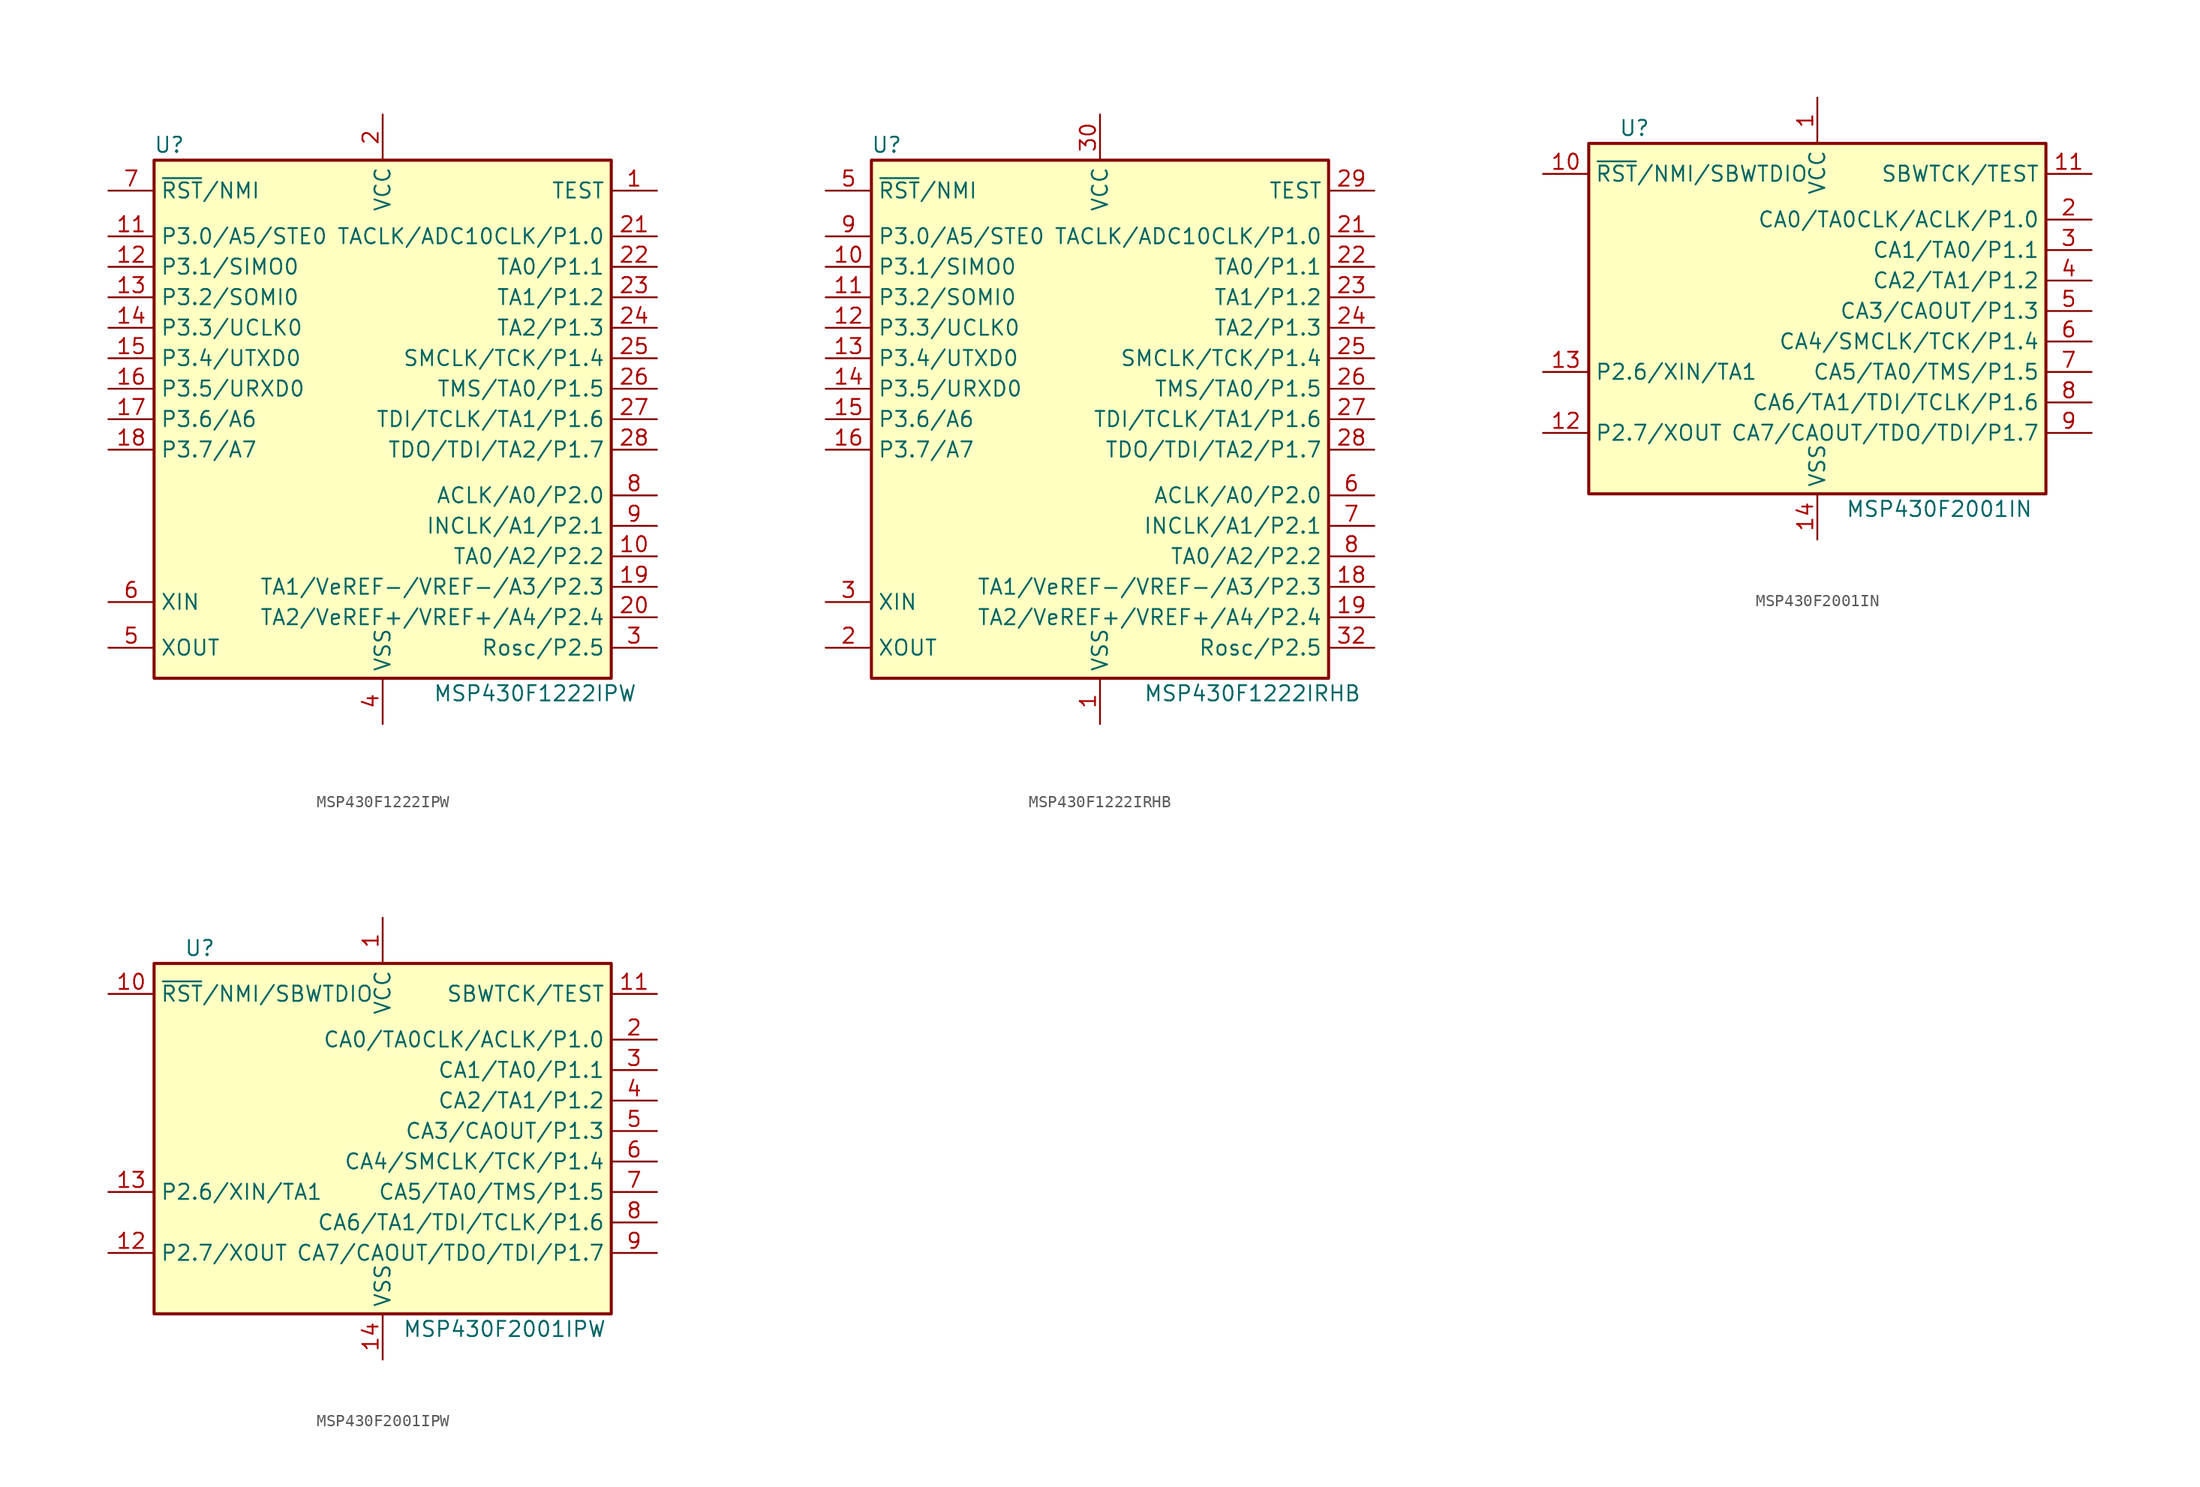
<source format=kicad_sym>
(kicad_symbol_lib
  (version 20201005)
  (generator kicad_symbol_editor)
  (symbol "MCU_Texas_MSP430:MSP430F1222IPW"
    (property "Reference" "U"
      (at -17.78 22.86 0)
      (effects (font (size 1.27 1.27))))
    (property "Value" "MSP430F1222IPW"
      (at 12.7 -22.86 0)
      (effects (font (size 1.27 1.27))))
    (symbol "MSP430F1222IPW_0_1"
      (rectangle (start -19.05 21.59) (end 19.05 -21.59) (stroke (width 0.254)) (fill (type background))))
    (symbol "MSP430F1222IPW_1_1"
      (pin input line (at 22.86 19.05 180) (length 3.81) (name "TEST" (effects (font (size 1.27 1.27)))) (number "1" (effects (font (size 1.27 1.27)))))
      (pin bidirectional line (at 22.86 -11.43 180) (length 3.81) (name "TA0/A2/P2.2" (effects (font (size 1.27 1.27)))) (number "10" (effects (font (size 1.27 1.27)))))
      (pin bidirectional line (at -22.86 15.24 0) (length 3.81) (name "P3.0/A5/STE0" (effects (font (size 1.27 1.27)))) (number "11" (effects (font (size 1.27 1.27)))))
      (pin bidirectional line (at -22.86 12.7 0) (length 3.81) (name "P3.1/SIMO0" (effects (font (size 1.27 1.27)))) (number "12" (effects (font (size 1.27 1.27)))))
      (pin bidirectional line (at -22.86 10.16 0) (length 3.81) (name "P3.2/SOMI0" (effects (font (size 1.27 1.27)))) (number "13" (effects (font (size 1.27 1.27)))))
      (pin bidirectional line (at -22.86 7.62 0) (length 3.81) (name "P3.3/UCLK0" (effects (font (size 1.27 1.27)))) (number "14" (effects (font (size 1.27 1.27)))))
      (pin bidirectional line (at -22.86 5.08 0) (length 3.81) (name "P3.4/UTXD0" (effects (font (size 1.27 1.27)))) (number "15" (effects (font (size 1.27 1.27)))))
      (pin bidirectional line (at -22.86 2.54 0) (length 3.81) (name "P3.5/URXD0" (effects (font (size 1.27 1.27)))) (number "16" (effects (font (size 1.27 1.27)))))
      (pin bidirectional line (at -22.86 0 0) (length 3.81) (name "P3.6/A6" (effects (font (size 1.27 1.27)))) (number "17" (effects (font (size 1.27 1.27)))))
      (pin bidirectional line (at -22.86 -2.54 0) (length 3.81) (name "P3.7/A7" (effects (font (size 1.27 1.27)))) (number "18" (effects (font (size 1.27 1.27)))))
      (pin bidirectional line (at 22.86 -13.97 180) (length 3.81) (name "TA1/VeREF-/VREF-/A3/P2.3" (effects (font (size 1.27 1.27)))) (number "19" (effects (font (size 1.27 1.27)))))
      (pin power_in line (at 0 25.4 270) (length 3.81) (name "VCC" (effects (font (size 1.27 1.27)))) (number "2" (effects (font (size 1.27 1.27)))))
      (pin bidirectional line (at 22.86 -16.51 180) (length 3.81) (name "TA2/VeREF+/VREF+/A4/P2.4" (effects (font (size 1.27 1.27)))) (number "20" (effects (font (size 1.27 1.27)))))
      (pin bidirectional line (at 22.86 15.24 180) (length 3.81) (name "TACLK/ADC10CLK/P1.0" (effects (font (size 1.27 1.27)))) (number "21" (effects (font (size 1.27 1.27)))))
      (pin bidirectional line (at 22.86 12.7 180) (length 3.81) (name "TA0/P1.1" (effects (font (size 1.27 1.27)))) (number "22" (effects (font (size 1.27 1.27)))))
      (pin bidirectional line (at 22.86 10.16 180) (length 3.81) (name "TA1/P1.2" (effects (font (size 1.27 1.27)))) (number "23" (effects (font (size 1.27 1.27)))))
      (pin bidirectional line (at 22.86 7.62 180) (length 3.81) (name "TA2/P1.3" (effects (font (size 1.27 1.27)))) (number "24" (effects (font (size 1.27 1.27)))))
      (pin bidirectional line (at 22.86 5.08 180) (length 3.81) (name "SMCLK/TCK/P1.4" (effects (font (size 1.27 1.27)))) (number "25" (effects (font (size 1.27 1.27)))))
      (pin bidirectional line (at 22.86 2.54 180) (length 3.81) (name "TMS/TA0/P1.5" (effects (font (size 1.27 1.27)))) (number "26" (effects (font (size 1.27 1.27)))))
      (pin bidirectional line (at 22.86 0 180) (length 3.81) (name "TDI/TCLK/TA1/P1.6" (effects (font (size 1.27 1.27)))) (number "27" (effects (font (size 1.27 1.27)))))
      (pin bidirectional line (at 22.86 -2.54 180) (length 3.81) (name "TDO/TDI/TA2/P1.7" (effects (font (size 1.27 1.27)))) (number "28" (effects (font (size 1.27 1.27)))))
      (pin bidirectional line (at 22.86 -19.05 180) (length 3.81) (name "Rosc/P2.5" (effects (font (size 1.27 1.27)))) (number "3" (effects (font (size 1.27 1.27)))))
      (pin power_in line (at 0 -25.4 90) (length 3.81) (name "VSS" (effects (font (size 1.27 1.27)))) (number "4" (effects (font (size 1.27 1.27)))))
      (pin output line (at -22.86 -19.05 0) (length 3.81) (name "XOUT" (effects (font (size 1.27 1.27)))) (number "5" (effects (font (size 1.27 1.27)))))
      (pin input line (at -22.86 -15.24 0) (length 3.81) (name "XIN" (effects (font (size 1.27 1.27)))) (number "6" (effects (font (size 1.27 1.27)))))
      (pin input line (at -22.86 19.05 0) (length 3.81) (name "~RST~/NMI" (effects (font (size 1.27 1.27)))) (number "7" (effects (font (size 1.27 1.27)))))
      (pin bidirectional line (at 22.86 -6.35 180) (length 3.81) (name "ACLK/A0/P2.0" (effects (font (size 1.27 1.27)))) (number "8" (effects (font (size 1.27 1.27)))))
      (pin bidirectional line (at 22.86 -8.89 180) (length 3.81) (name "INCLK/A1/P2.1" (effects (font (size 1.27 1.27)))) (number "9" (effects (font (size 1.27 1.27)))))))
  (symbol "MCU_Texas_MSP430:MSP430F1222IRHB"
    (property "Reference" "U"
      (at -17.78 22.86 0)
      (effects (font (size 1.27 1.27))))
    (property "Value" "MSP430F1222IRHB"
      (at 12.7 -22.86 0)
      (effects (font (size 1.27 1.27))))
    (symbol "MSP430F1222IRHB_0_1"
      (rectangle (start -19.05 21.59) (end 19.05 -21.59) (stroke (width 0.254)) (fill (type background))))
    (symbol "MSP430F1222IRHB_1_1"
      (pin power_in line (at 0 -25.4 90) (length 3.81) (name "VSS" (effects (font (size 1.27 1.27)))) (number "1" (effects (font (size 1.27 1.27)))))
      (pin bidirectional line (at -22.86 12.7 0) (length 3.81) (name "P3.1/SIMO0" (effects (font (size 1.27 1.27)))) (number "10" (effects (font (size 1.27 1.27)))))
      (pin bidirectional line (at -22.86 10.16 0) (length 3.81) (name "P3.2/SOMI0" (effects (font (size 1.27 1.27)))) (number "11" (effects (font (size 1.27 1.27)))))
      (pin bidirectional line (at -22.86 7.62 0) (length 3.81) (name "P3.3/UCLK0" (effects (font (size 1.27 1.27)))) (number "12" (effects (font (size 1.27 1.27)))))
      (pin bidirectional line (at -22.86 5.08 0) (length 3.81) (name "P3.4/UTXD0" (effects (font (size 1.27 1.27)))) (number "13" (effects (font (size 1.27 1.27)))))
      (pin bidirectional line (at -22.86 2.54 0) (length 3.81) (name "P3.5/URXD0" (effects (font (size 1.27 1.27)))) (number "14" (effects (font (size 1.27 1.27)))))
      (pin bidirectional line (at -22.86 0 0) (length 3.81) (name "P3.6/A6" (effects (font (size 1.27 1.27)))) (number "15" (effects (font (size 1.27 1.27)))))
      (pin bidirectional line (at -22.86 -2.54 0) (length 3.81) (name "P3.7/A7" (effects (font (size 1.27 1.27)))) (number "16" (effects (font (size 1.27 1.27)))))
      (pin bidirectional line (at 22.86 -13.97 180) (length 3.81) (name "TA1/VeREF-/VREF-/A3/P2.3" (effects (font (size 1.27 1.27)))) (number "18" (effects (font (size 1.27 1.27)))))
      (pin bidirectional line (at 22.86 -16.51 180) (length 3.81) (name "TA2/VeREF+/VREF+/A4/P2.4" (effects (font (size 1.27 1.27)))) (number "19" (effects (font (size 1.27 1.27)))))
      (pin output line (at -22.86 -19.05 0) (length 3.81) (name "XOUT" (effects (font (size 1.27 1.27)))) (number "2" (effects (font (size 1.27 1.27)))))
      (pin bidirectional line (at 22.86 15.24 180) (length 3.81) (name "TACLK/ADC10CLK/P1.0" (effects (font (size 1.27 1.27)))) (number "21" (effects (font (size 1.27 1.27)))))
      (pin bidirectional line (at 22.86 12.7 180) (length 3.81) (name "TA0/P1.1" (effects (font (size 1.27 1.27)))) (number "22" (effects (font (size 1.27 1.27)))))
      (pin bidirectional line (at 22.86 10.16 180) (length 3.81) (name "TA1/P1.2" (effects (font (size 1.27 1.27)))) (number "23" (effects (font (size 1.27 1.27)))))
      (pin bidirectional line (at 22.86 7.62 180) (length 3.81) (name "TA2/P1.3" (effects (font (size 1.27 1.27)))) (number "24" (effects (font (size 1.27 1.27)))))
      (pin bidirectional line (at 22.86 5.08 180) (length 3.81) (name "SMCLK/TCK/P1.4" (effects (font (size 1.27 1.27)))) (number "25" (effects (font (size 1.27 1.27)))))
      (pin bidirectional line (at 22.86 2.54 180) (length 3.81) (name "TMS/TA0/P1.5" (effects (font (size 1.27 1.27)))) (number "26" (effects (font (size 1.27 1.27)))))
      (pin bidirectional line (at 22.86 0 180) (length 3.81) (name "TDI/TCLK/TA1/P1.6" (effects (font (size 1.27 1.27)))) (number "27" (effects (font (size 1.27 1.27)))))
      (pin bidirectional line (at 22.86 -2.54 180) (length 3.81) (name "TDO/TDI/TA2/P1.7" (effects (font (size 1.27 1.27)))) (number "28" (effects (font (size 1.27 1.27)))))
      (pin input line (at 22.86 19.05 180) (length 3.81) (name "TEST" (effects (font (size 1.27 1.27)))) (number "29" (effects (font (size 1.27 1.27)))))
      (pin input line (at -22.86 -15.24 0) (length 3.81) (name "XIN" (effects (font (size 1.27 1.27)))) (number "3" (effects (font (size 1.27 1.27)))))
      (pin power_in line (at 0 25.4 270) (length 3.81) (name "VCC" (effects (font (size 1.27 1.27)))) (number "30" (effects (font (size 1.27 1.27)))))
      (pin bidirectional line (at 22.86 -19.05 180) (length 3.81) (name "Rosc/P2.5" (effects (font (size 1.27 1.27)))) (number "32" (effects (font (size 1.27 1.27)))))
      (pin input line (at -22.86 19.05 0) (length 3.81) (name "~RST~/NMI" (effects (font (size 1.27 1.27)))) (number "5" (effects (font (size 1.27 1.27)))))
      (pin bidirectional line (at 22.86 -6.35 180) (length 3.81) (name "ACLK/A0/P2.0" (effects (font (size 1.27 1.27)))) (number "6" (effects (font (size 1.27 1.27)))))
      (pin bidirectional line (at 22.86 -8.89 180) (length 3.81) (name "INCLK/A1/P2.1" (effects (font (size 1.27 1.27)))) (number "7" (effects (font (size 1.27 1.27)))))
      (pin bidirectional line (at 22.86 -11.43 180) (length 3.81) (name "TA0/A2/P2.2" (effects (font (size 1.27 1.27)))) (number "8" (effects (font (size 1.27 1.27)))))
      (pin bidirectional line (at -22.86 15.24 0) (length 3.81) (name "P3.0/A5/STE0" (effects (font (size 1.27 1.27)))) (number "9" (effects (font (size 1.27 1.27)))))))
  (symbol "MCU_Texas_MSP430:MSP430F2001IN"
    (property "Reference" "U"
      (at -15.24 15.24 0)
      (effects (font (size 1.27 1.27))))
    (property "Value" "MSP430F2001IN"
      (at 10.16 -16.51 0)
      (effects (font (size 1.27 1.27))))
    (symbol "MSP430F2001IN_0_1"
      (rectangle (start -19.05 13.97) (end 19.05 -15.24) (stroke (width 0.254)) (fill (type background))))
    (symbol "MSP430F2001IN_1_1"
      (pin power_in line (at 0 17.78 270) (length 3.81) (name "VCC" (effects (font (size 1.27 1.27)))) (number "1" (effects (font (size 1.27 1.27)))))
      (pin input line (at -22.86 11.43 0) (length 3.81) (name "~RST~/NMI/SBWTDIO" (effects (font (size 1.27 1.27)))) (number "10" (effects (font (size 1.27 1.27)))))
      (pin input line (at 22.86 11.43 180) (length 3.81) (name "SBWTCK/TEST" (effects (font (size 1.27 1.27)))) (number "11" (effects (font (size 1.27 1.27)))))
      (pin bidirectional line (at -22.86 -10.16 0) (length 3.81) (name "P2.7/XOUT" (effects (font (size 1.27 1.27)))) (number "12" (effects (font (size 1.27 1.27)))))
      (pin bidirectional line (at -22.86 -5.08 0) (length 3.81) (name "P2.6/XIN/TA1" (effects (font (size 1.27 1.27)))) (number "13" (effects (font (size 1.27 1.27)))))
      (pin power_in line (at 0 -19.05 90) (length 3.81) (name "VSS" (effects (font (size 1.27 1.27)))) (number "14" (effects (font (size 1.27 1.27)))))
      (pin bidirectional line (at 22.86 7.62 180) (length 3.81) (name "CA0/TA0CLK/ACLK/P1.0" (effects (font (size 1.27 1.27)))) (number "2" (effects (font (size 1.27 1.27)))))
      (pin bidirectional line (at 22.86 5.08 180) (length 3.81) (name "CA1/TA0/P1.1" (effects (font (size 1.27 1.27)))) (number "3" (effects (font (size 1.27 1.27)))))
      (pin bidirectional line (at 22.86 2.54 180) (length 3.81) (name "CA2/TA1/P1.2" (effects (font (size 1.27 1.27)))) (number "4" (effects (font (size 1.27 1.27)))))
      (pin bidirectional line (at 22.86 0 180) (length 3.81) (name "CA3/CAOUT/P1.3" (effects (font (size 1.27 1.27)))) (number "5" (effects (font (size 1.27 1.27)))))
      (pin bidirectional line (at 22.86 -2.54 180) (length 3.81) (name "CA4/SMCLK/TCK/P1.4" (effects (font (size 1.27 1.27)))) (number "6" (effects (font (size 1.27 1.27)))))
      (pin bidirectional line (at 22.86 -5.08 180) (length 3.81) (name "CA5/TA0/TMS/P1.5" (effects (font (size 1.27 1.27)))) (number "7" (effects (font (size 1.27 1.27)))))
      (pin bidirectional line (at 22.86 -7.62 180) (length 3.81) (name "CA6/TA1/TDI/TCLK/P1.6" (effects (font (size 1.27 1.27)))) (number "8" (effects (font (size 1.27 1.27)))))
      (pin bidirectional line (at 22.86 -10.16 180) (length 3.81) (name "CA7/CAOUT/TDO/TDI/P1.7" (effects (font (size 1.27 1.27)))) (number "9" (effects (font (size 1.27 1.27)))))))
  (symbol "MCU_Texas_MSP430:MSP430F2001IPW"
    (property "Reference" "U"
      (at -15.24 15.24 0)
      (effects (font (size 1.27 1.27))))
    (property "Value" "MSP430F2001IPW"
      (at 10.16 -16.51 0)
      (effects (font (size 1.27 1.27))))
    (symbol "MSP430F2001IPW_0_1"
      (rectangle (start -19.05 13.97) (end 19.05 -15.24) (stroke (width 0.254)) (fill (type background))))
    (symbol "MSP430F2001IPW_1_1"
      (pin power_in line (at 0 17.78 270) (length 3.81) (name "VCC" (effects (font (size 1.27 1.27)))) (number "1" (effects (font (size 1.27 1.27)))))
      (pin input line (at -22.86 11.43 0) (length 3.81) (name "~RST~/NMI/SBWTDIO" (effects (font (size 1.27 1.27)))) (number "10" (effects (font (size 1.27 1.27)))))
      (pin input line (at 22.86 11.43 180) (length 3.81) (name "SBWTCK/TEST" (effects (font (size 1.27 1.27)))) (number "11" (effects (font (size 1.27 1.27)))))
      (pin bidirectional line (at -22.86 -10.16 0) (length 3.81) (name "P2.7/XOUT" (effects (font (size 1.27 1.27)))) (number "12" (effects (font (size 1.27 1.27)))))
      (pin bidirectional line (at -22.86 -5.08 0) (length 3.81) (name "P2.6/XIN/TA1" (effects (font (size 1.27 1.27)))) (number "13" (effects (font (size 1.27 1.27)))))
      (pin power_in line (at 0 -19.05 90) (length 3.81) (name "VSS" (effects (font (size 1.27 1.27)))) (number "14" (effects (font (size 1.27 1.27)))))
      (pin bidirectional line (at 22.86 7.62 180) (length 3.81) (name "CA0/TA0CLK/ACLK/P1.0" (effects (font (size 1.27 1.27)))) (number "2" (effects (font (size 1.27 1.27)))))
      (pin bidirectional line (at 22.86 5.08 180) (length 3.81) (name "CA1/TA0/P1.1" (effects (font (size 1.27 1.27)))) (number "3" (effects (font (size 1.27 1.27)))))
      (pin bidirectional line (at 22.86 2.54 180) (length 3.81) (name "CA2/TA1/P1.2" (effects (font (size 1.27 1.27)))) (number "4" (effects (font (size 1.27 1.27)))))
      (pin bidirectional line (at 22.86 0 180) (length 3.81) (name "CA3/CAOUT/P1.3" (effects (font (size 1.27 1.27)))) (number "5" (effects (font (size 1.27 1.27)))))
      (pin bidirectional line (at 22.86 -2.54 180) (length 3.81) (name "CA4/SMCLK/TCK/P1.4" (effects (font (size 1.27 1.27)))) (number "6" (effects (font (size 1.27 1.27)))))
      (pin bidirectional line (at 22.86 -5.08 180) (length 3.81) (name "CA5/TA0/TMS/P1.5" (effects (font (size 1.27 1.27)))) (number "7" (effects (font (size 1.27 1.27)))))
      (pin bidirectional line (at 22.86 -7.62 180) (length 3.81) (name "CA6/TA1/TDI/TCLK/P1.6" (effects (font (size 1.27 1.27)))) (number "8" (effects (font (size 1.27 1.27)))))
      (pin bidirectional line (at 22.86 -10.16 180) (length 3.81) (name "CA7/CAOUT/TDO/TDI/P1.7" (effects (font (size 1.27 1.27)))) (number "9" (effects (font (size 1.27 1.27))))))))
</source>
